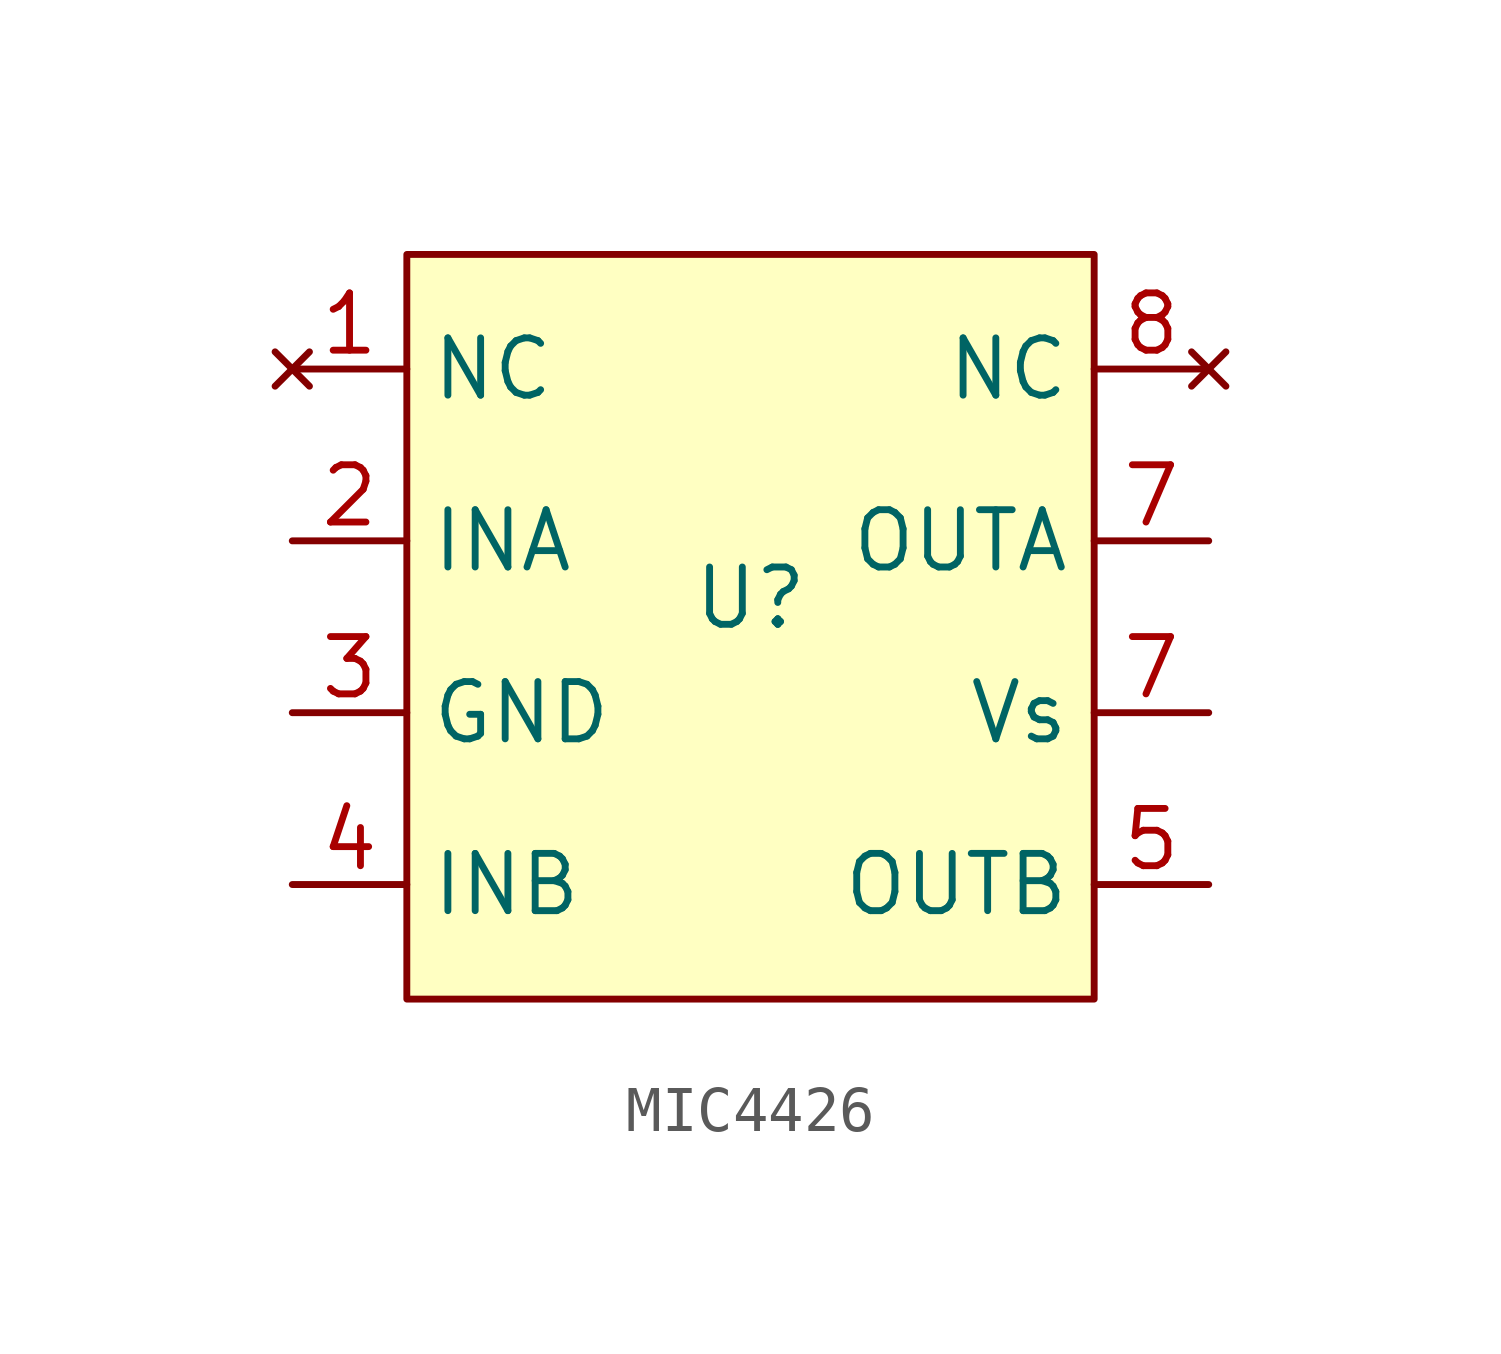
<source format=kicad_sym>
(kicad_symbol_lib
  (version 20241209)
  (generator "kicad_symbol_editor")
  (generator_version "9.0")
  (symbol "MIC4426"
    (property "Reference" "U"
      (at 0 0 0)
      (effects (font (size 1.27 1.27))))
    (property "Value" ""
      (at 0 0 0)
      (effects (font (size 1.27 1.27))))
    (symbol "MIC4426_1_1"
      (rectangle (start -7.62 7.62) (end 7.62 -8.89) (stroke (width 0) (type solid)) (fill (type background)))
      (pin no_connect line (at -10.16 5.08 0) (length 2.54) (name "NC" (effects (font (size 1.27 1.27)))) (number "1" (effects (font (size 1.27 1.27)))))
      (pin input line (at -10.16 1.27 0) (length 2.54) (name "INA" (effects (font (size 1.27 1.27)))) (number "2" (effects (font (size 1.27 1.27)))))
      (pin input line (at -10.16 -2.54 0) (length 2.54) (name "GND" (effects (font (size 1.27 1.27)))) (number "3" (effects (font (size 1.27 1.27)))))
      (pin input line (at -10.16 -6.35 0) (length 2.54) (name "INB" (effects (font (size 1.27 1.27)))) (number "4" (effects (font (size 1.27 1.27)))))
      (pin no_connect line (at 10.16 5.08 180) (length 2.54) (name "NC" (effects (font (size 1.27 1.27)))) (number "8" (effects (font (size 1.27 1.27)))))
      (pin output line (at 10.16 1.27 180) (length 2.54) (name "OUTA" (effects (font (size 1.27 1.27)))) (number "7" (effects (font (size 1.27 1.27)))))
      (pin input line (at 10.16 -2.54 180) (length 2.54) (name "Vs" (effects (font (size 1.27 1.27)))) (number "7" (effects (font (size 1.27 1.27)))))
      (pin output line (at 10.16 -6.35 180) (length 2.54) (name "OUTB" (effects (font (size 1.27 1.27)))) (number "5" (effects (font (size 1.27 1.27))))))))
</source>
